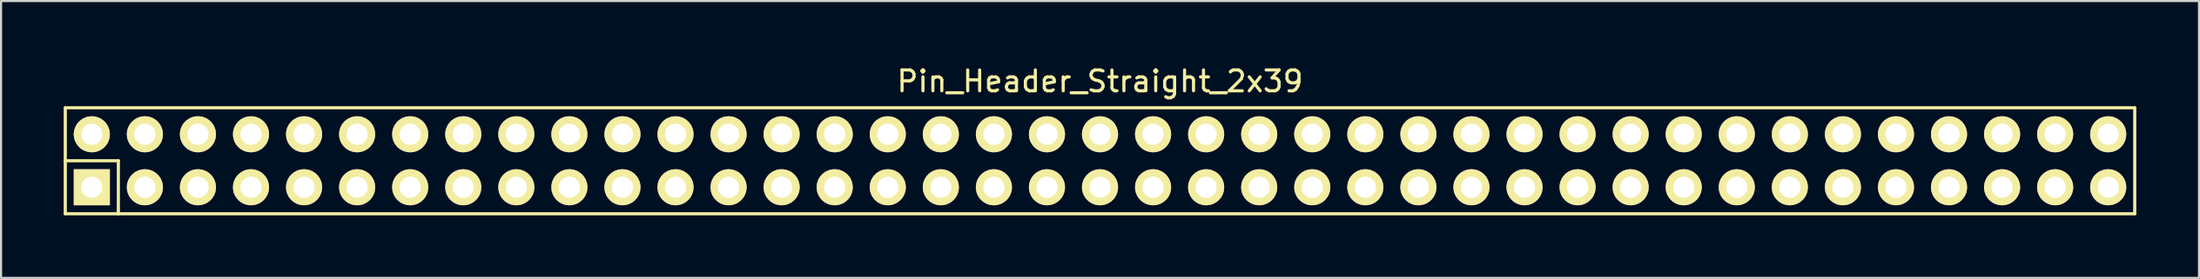
<source format=kicad_pcb>
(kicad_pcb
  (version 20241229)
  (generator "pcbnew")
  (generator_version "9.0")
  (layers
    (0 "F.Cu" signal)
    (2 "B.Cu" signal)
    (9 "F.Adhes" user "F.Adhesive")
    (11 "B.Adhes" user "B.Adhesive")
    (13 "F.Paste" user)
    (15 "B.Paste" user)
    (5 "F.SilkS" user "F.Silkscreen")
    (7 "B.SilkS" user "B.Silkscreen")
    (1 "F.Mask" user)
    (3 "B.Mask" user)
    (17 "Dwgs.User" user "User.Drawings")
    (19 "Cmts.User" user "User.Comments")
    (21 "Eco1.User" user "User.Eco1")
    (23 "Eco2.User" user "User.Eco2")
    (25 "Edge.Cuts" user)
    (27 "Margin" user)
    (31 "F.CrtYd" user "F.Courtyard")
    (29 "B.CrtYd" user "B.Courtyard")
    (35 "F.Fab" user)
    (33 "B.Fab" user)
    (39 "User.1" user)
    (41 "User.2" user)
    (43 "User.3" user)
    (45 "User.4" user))
  (footprint "Pin_Header_Straight_2x39"
    (layer "F.Cu")
    (at 49.605 4.658)
    (property "Reference" "Pin_Header_Straight_2x39" (at 0 -3.81 0) (layer "F.SilkS") (effects (font (size 1 1) (thickness 0.15))))
    (attr through_hole)
    (fp_line (start -49.53 -2.54) (end -49.53 0) (stroke (width 0.15) (type solid)) (layer "F.SilkS"))
    (fp_line (start -49.53 -2.54) (end 49.53 -2.54) (stroke (width 0.15) (type solid)) (layer "F.SilkS"))
    (fp_line (start -49.53 0) (end -46.99 0) (stroke (width 0.15) (type solid)) (layer "F.SilkS"))
    (fp_line (start -49.53 2.54) (end -49.53 0) (stroke (width 0.15) (type solid)) (layer "F.SilkS"))
    (fp_line (start -49.53 2.54) (end -46.99 2.54) (stroke (width 0.15) (type solid)) (layer "F.SilkS"))
    (fp_line (start -46.99 0) (end -46.99 2.54) (stroke (width 0.15) (type solid)) (layer "F.SilkS"))
    (fp_line (start 49.53 -2.54) (end 49.53 2.54) (stroke (width 0.15) (type solid)) (layer "F.SilkS"))
    (fp_line (start 49.53 2.54) (end -46.99 2.54) (stroke (width 0.15) (type solid)) (layer "F.SilkS"))
    (pad "1" thru_hole rect (at -48.26 1.27) (size 1.727 1.727) (drill 1.016) (layers "*.Cu" "*.Mask" "F.SilkS"))
    (pad "2" thru_hole oval (at -48.26 -1.27) (size 1.727 1.727) (drill 1.016) (layers "*.Cu" "*.Mask" "F.SilkS"))
    (pad "3" thru_hole oval (at -45.72 1.27) (size 1.727 1.727) (drill 1.016) (layers "*.Cu" "*.Mask" "F.SilkS"))
    (pad "4" thru_hole oval (at -45.72 -1.27) (size 1.727 1.727) (drill 1.016) (layers "*.Cu" "*.Mask" "F.SilkS"))
    (pad "5" thru_hole oval (at -43.18 1.27) (size 1.727 1.727) (drill 1.016) (layers "*.Cu" "*.Mask" "F.SilkS"))
    (pad "6" thru_hole oval (at -43.18 -1.27) (size 1.727 1.727) (drill 1.016) (layers "*.Cu" "*.Mask" "F.SilkS"))
    (pad "7" thru_hole oval (at -40.64 1.27) (size 1.727 1.727) (drill 1.016) (layers "*.Cu" "*.Mask" "F.SilkS"))
    (pad "8" thru_hole oval (at -40.64 -1.27) (size 1.727 1.727) (drill 1.016) (layers "*.Cu" "*.Mask" "F.SilkS"))
    (pad "9" thru_hole oval (at -38.1 1.27) (size 1.727 1.727) (drill 1.016) (layers "*.Cu" "*.Mask" "F.SilkS"))
    (pad "10" thru_hole oval (at -38.1 -1.27) (size 1.727 1.727) (drill 1.016) (layers "*.Cu" "*.Mask" "F.SilkS"))
    (pad "11" thru_hole oval (at -35.56 1.27) (size 1.727 1.727) (drill 1.016) (layers "*.Cu" "*.Mask" "F.SilkS"))
    (pad "12" thru_hole oval (at -35.56 -1.27) (size 1.727 1.727) (drill 1.016) (layers "*.Cu" "*.Mask" "F.SilkS"))
    (pad "13" thru_hole oval (at -33.02 1.27) (size 1.727 1.727) (drill 1.016) (layers "*.Cu" "*.Mask" "F.SilkS"))
    (pad "14" thru_hole oval (at -33.02 -1.27) (size 1.727 1.727) (drill 1.016) (layers "*.Cu" "*.Mask" "F.SilkS"))
    (pad "15" thru_hole oval (at -30.48 1.27) (size 1.727 1.727) (drill 1.016) (layers "*.Cu" "*.Mask" "F.SilkS"))
    (pad "16" thru_hole oval (at -30.48 -1.27) (size 1.727 1.727) (drill 1.016) (layers "*.Cu" "*.Mask" "F.SilkS"))
    (pad "17" thru_hole oval (at -27.94 1.27) (size 1.727 1.727) (drill 1.016) (layers "*.Cu" "*.Mask" "F.SilkS"))
    (pad "18" thru_hole oval (at -27.94 -1.27) (size 1.727 1.727) (drill 1.016) (layers "*.Cu" "*.Mask" "F.SilkS"))
    (pad "19" thru_hole oval (at -25.4 1.27) (size 1.727 1.727) (drill 1.016) (layers "*.Cu" "*.Mask" "F.SilkS"))
    (pad "20" thru_hole oval (at -25.4 -1.27) (size 1.727 1.727) (drill 1.016) (layers "*.Cu" "*.Mask" "F.SilkS"))
    (pad "21" thru_hole oval (at -22.86 1.27) (size 1.727 1.727) (drill 1.016) (layers "*.Cu" "*.Mask" "F.SilkS"))
    (pad "22" thru_hole oval (at -22.86 -1.27) (size 1.727 1.727) (drill 1.016) (layers "*.Cu" "*.Mask" "F.SilkS"))
    (pad "23" thru_hole oval (at -20.32 1.27) (size 1.727 1.727) (drill 1.016) (layers "*.Cu" "*.Mask" "F.SilkS"))
    (pad "24" thru_hole oval (at -20.32 -1.27) (size 1.727 1.727) (drill 1.016) (layers "*.Cu" "*.Mask" "F.SilkS"))
    (pad "25" thru_hole oval (at -17.78 1.27) (size 1.727 1.727) (drill 1.016) (layers "*.Cu" "*.Mask" "F.SilkS"))
    (pad "26" thru_hole oval (at -17.78 -1.27) (size 1.727 1.727) (drill 1.016) (layers "*.Cu" "*.Mask" "F.SilkS"))
    (pad "27" thru_hole oval (at -15.24 1.27) (size 1.727 1.727) (drill 1.016) (layers "*.Cu" "*.Mask" "F.SilkS"))
    (pad "28" thru_hole oval (at -15.24 -1.27) (size 1.727 1.727) (drill 1.016) (layers "*.Cu" "*.Mask" "F.SilkS"))
    (pad "29" thru_hole oval (at -12.7 1.27) (size 1.727 1.727) (drill 1.016) (layers "*.Cu" "*.Mask" "F.SilkS"))
    (pad "30" thru_hole oval (at -12.7 -1.27) (size 1.727 1.727) (drill 1.016) (layers "*.Cu" "*.Mask" "F.SilkS"))
    (pad "31" thru_hole oval (at -10.16 1.27) (size 1.727 1.727) (drill 1.016) (layers "*.Cu" "*.Mask" "F.SilkS"))
    (pad "32" thru_hole oval (at -10.16 -1.27) (size 1.727 1.727) (drill 1.016) (layers "*.Cu" "*.Mask" "F.SilkS"))
    (pad "33" thru_hole oval (at -7.62 1.27) (size 1.727 1.727) (drill 1.016) (layers "*.Cu" "*.Mask" "F.SilkS"))
    (pad "34" thru_hole oval (at -7.62 -1.27) (size 1.727 1.727) (drill 1.016) (layers "*.Cu" "*.Mask" "F.SilkS"))
    (pad "35" thru_hole oval (at -5.08 1.27) (size 1.727 1.727) (drill 1.016) (layers "*.Cu" "*.Mask" "F.SilkS"))
    (pad "36" thru_hole oval (at -5.08 -1.27) (size 1.727 1.727) (drill 1.016) (layers "*.Cu" "*.Mask" "F.SilkS"))
    (pad "37" thru_hole oval (at -2.54 1.27) (size 1.727 1.727) (drill 1.016) (layers "*.Cu" "*.Mask" "F.SilkS"))
    (pad "38" thru_hole oval (at -2.54 -1.27) (size 1.727 1.727) (drill 1.016) (layers "*.Cu" "*.Mask" "F.SilkS"))
    (pad "39" thru_hole oval (at 0 1.27) (size 1.727 1.727) (drill 1.016) (layers "*.Cu" "*.Mask" "F.SilkS"))
    (pad "40" thru_hole oval (at 0 -1.27) (size 1.727 1.727) (drill 1.016) (layers "*.Cu" "*.Mask" "F.SilkS"))
    (pad "41" thru_hole oval (at 2.54 1.27) (size 1.727 1.727) (drill 1.016) (layers "*.Cu" "*.Mask" "F.SilkS"))
    (pad "42" thru_hole oval (at 2.54 -1.27) (size 1.727 1.727) (drill 1.016) (layers "*.Cu" "*.Mask" "F.SilkS"))
    (pad "43" thru_hole oval (at 5.08 1.27) (size 1.727 1.727) (drill 1.016) (layers "*.Cu" "*.Mask" "F.SilkS"))
    (pad "44" thru_hole oval (at 5.08 -1.27) (size 1.727 1.727) (drill 1.016) (layers "*.Cu" "*.Mask" "F.SilkS"))
    (pad "45" thru_hole oval (at 7.62 1.27) (size 1.727 1.727) (drill 1.016) (layers "*.Cu" "*.Mask" "F.SilkS"))
    (pad "46" thru_hole oval (at 7.62 -1.27) (size 1.727 1.727) (drill 1.016) (layers "*.Cu" "*.Mask" "F.SilkS"))
    (pad "47" thru_hole oval (at 10.16 1.27) (size 1.727 1.727) (drill 1.016) (layers "*.Cu" "*.Mask" "F.SilkS"))
    (pad "48" thru_hole oval (at 10.16 -1.27) (size 1.727 1.727) (drill 1.016) (layers "*.Cu" "*.Mask" "F.SilkS"))
    (pad "49" thru_hole oval (at 12.7 1.27) (size 1.727 1.727) (drill 1.016) (layers "*.Cu" "*.Mask" "F.SilkS"))
    (pad "50" thru_hole oval (at 12.7 -1.27) (size 1.727 1.727) (drill 1.016) (layers "*.Cu" "*.Mask" "F.SilkS"))
    (pad "51" thru_hole oval (at 15.24 1.27) (size 1.727 1.727) (drill 1.016) (layers "*.Cu" "*.Mask" "F.SilkS"))
    (pad "52" thru_hole oval (at 15.24 -1.27) (size 1.727 1.727) (drill 1.016) (layers "*.Cu" "*.Mask" "F.SilkS"))
    (pad "53" thru_hole oval (at 17.78 1.27) (size 1.727 1.727) (drill 1.016) (layers "*.Cu" "*.Mask" "F.SilkS"))
    (pad "54" thru_hole oval (at 17.78 -1.27) (size 1.727 1.727) (drill 1.016) (layers "*.Cu" "*.Mask" "F.SilkS"))
    (pad "55" thru_hole oval (at 20.32 1.27) (size 1.727 1.727) (drill 1.016) (layers "*.Cu" "*.Mask" "F.SilkS"))
    (pad "56" thru_hole oval (at 20.32 -1.27) (size 1.727 1.727) (drill 1.016) (layers "*.Cu" "*.Mask" "F.SilkS"))
    (pad "57" thru_hole oval (at 22.86 1.27) (size 1.727 1.727) (drill 1.016) (layers "*.Cu" "*.Mask" "F.SilkS"))
    (pad "58" thru_hole oval (at 22.86 -1.27) (size 1.727 1.727) (drill 1.016) (layers "*.Cu" "*.Mask" "F.SilkS"))
    (pad "59" thru_hole oval (at 25.4 1.27) (size 1.727 1.727) (drill 1.016) (layers "*.Cu" "*.Mask" "F.SilkS"))
    (pad "60" thru_hole oval (at 25.4 -1.27) (size 1.727 1.727) (drill 1.016) (layers "*.Cu" "*.Mask" "F.SilkS"))
    (pad "61" thru_hole oval (at 27.94 1.27) (size 1.727 1.727) (drill 1.016) (layers "*.Cu" "*.Mask" "F.SilkS"))
    (pad "62" thru_hole oval (at 27.94 -1.27) (size 1.727 1.727) (drill 1.016) (layers "*.Cu" "*.Mask" "F.SilkS"))
    (pad "63" thru_hole oval (at 30.48 1.27) (size 1.727 1.727) (drill 1.016) (layers "*.Cu" "*.Mask" "F.SilkS"))
    (pad "64" thru_hole oval (at 30.48 -1.27) (size 1.727 1.727) (drill 1.016) (layers "*.Cu" "*.Mask" "F.SilkS"))
    (pad "65" thru_hole oval (at 33.02 1.27) (size 1.727 1.727) (drill 1.016) (layers "*.Cu" "*.Mask" "F.SilkS"))
    (pad "66" thru_hole oval (at 33.02 -1.27) (size 1.727 1.727) (drill 1.016) (layers "*.Cu" "*.Mask" "F.SilkS"))
    (pad "67" thru_hole oval (at 35.56 1.27) (size 1.727 1.727) (drill 1.016) (layers "*.Cu" "*.Mask" "F.SilkS"))
    (pad "68" thru_hole oval (at 35.56 -1.27) (size 1.727 1.727) (drill 1.016) (layers "*.Cu" "*.Mask" "F.SilkS"))
    (pad "69" thru_hole oval (at 38.1 1.27) (size 1.727 1.727) (drill 1.016) (layers "*.Cu" "*.Mask" "F.SilkS"))
    (pad "70" thru_hole oval (at 38.1 -1.27) (size 1.727 1.727) (drill 1.016) (layers "*.Cu" "*.Mask" "F.SilkS"))
    (pad "71" thru_hole oval (at 40.64 1.27) (size 1.727 1.727) (drill 1.016) (layers "*.Cu" "*.Mask" "F.SilkS"))
    (pad "72" thru_hole oval (at 40.64 -1.27) (size 1.727 1.727) (drill 1.016) (layers "*.Cu" "*.Mask" "F.SilkS"))
    (pad "73" thru_hole oval (at 43.18 1.27) (size 1.727 1.727) (drill 1.016) (layers "*.Cu" "*.Mask" "F.SilkS"))
    (pad "74" thru_hole oval (at 43.18 -1.27) (size 1.727 1.727) (drill 1.016) (layers "*.Cu" "*.Mask" "F.SilkS"))
    (pad "75" thru_hole oval (at 45.72 1.27) (size 1.727 1.727) (drill 1.016) (layers "*.Cu" "*.Mask" "F.SilkS"))
    (pad "76" thru_hole oval (at 45.72 -1.27) (size 1.727 1.727) (drill 1.016) (layers "*.Cu" "*.Mask" "F.SilkS"))
    (pad "77" thru_hole oval (at 48.26 1.27) (size 1.727 1.727) (drill 1.016) (layers "*.Cu" "*.Mask" "F.SilkS"))
    (pad "78" thru_hole oval (at 48.26 -1.27) (size 1.727 1.727) (drill 1.016) (layers "*.Cu" "*.Mask" "F.SilkS")))
  (gr_rect
    (start -3 -3)
    (end 102.21 10.273)
    (stroke (width 0.1) (type default))
    (fill no)
    (layer "Edge.Cuts")))
</source>
